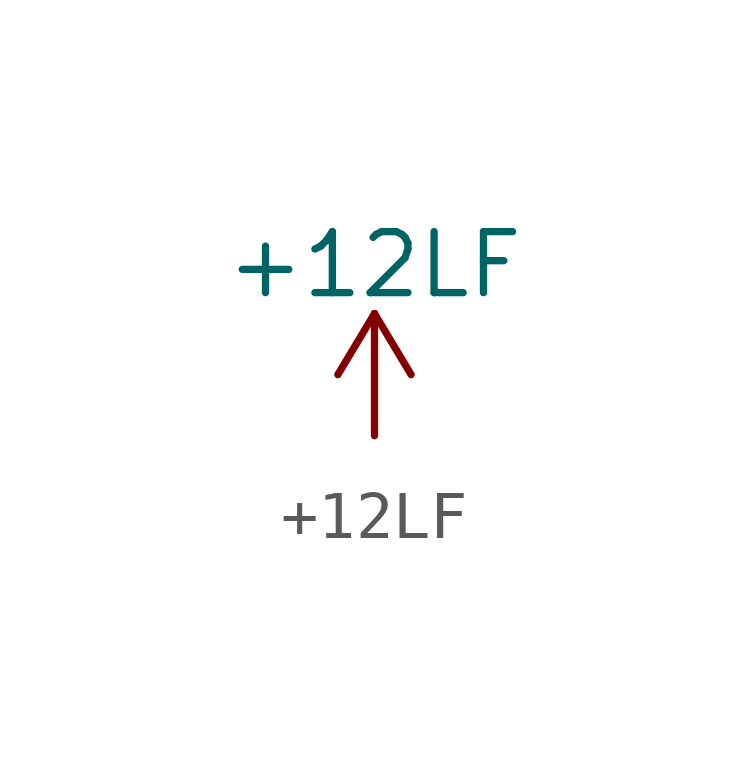
<source format=kicad_sym>
(kicad_symbol_lib
  (version 20231120)
  (generator "kicad_symbol_editor")
  (generator_version "8.0")
  (symbol "+12LF"
    (power)
    (pin_numbers hide)
    (pin_names
      (offset 0) hide)
    (property "Reference" "#PWR"
      (at 0 -3.81 0)
      (effects (font (size 1.27 1.27)) (hide yes)))
    (property "Value" "+12LF"
      (at 0 3.556 0)
      (effects (font (size 1.27 1.27))))
    (symbol "+12LF_0_1"
      (polyline (pts (xy -0.762 1.27) (xy 0 2.54)) (stroke (width 0) (type default)) (fill (type none)))
      (polyline (pts (xy 0 0) (xy 0 2.54)) (stroke (width 0) (type default)) (fill (type none)))
      (polyline (pts (xy 0 2.54) (xy 0.762 1.27)) (stroke (width 0) (type default)) (fill (type none))))
    (symbol "+12LF_1_1"
      (pin power_in line (at 0 0 90) (length 0) hide (name "+12LF" (effects (font (size 1.27 1.27)))) (number "1" (effects (font (size 1.27 1.27))))))))
</source>
